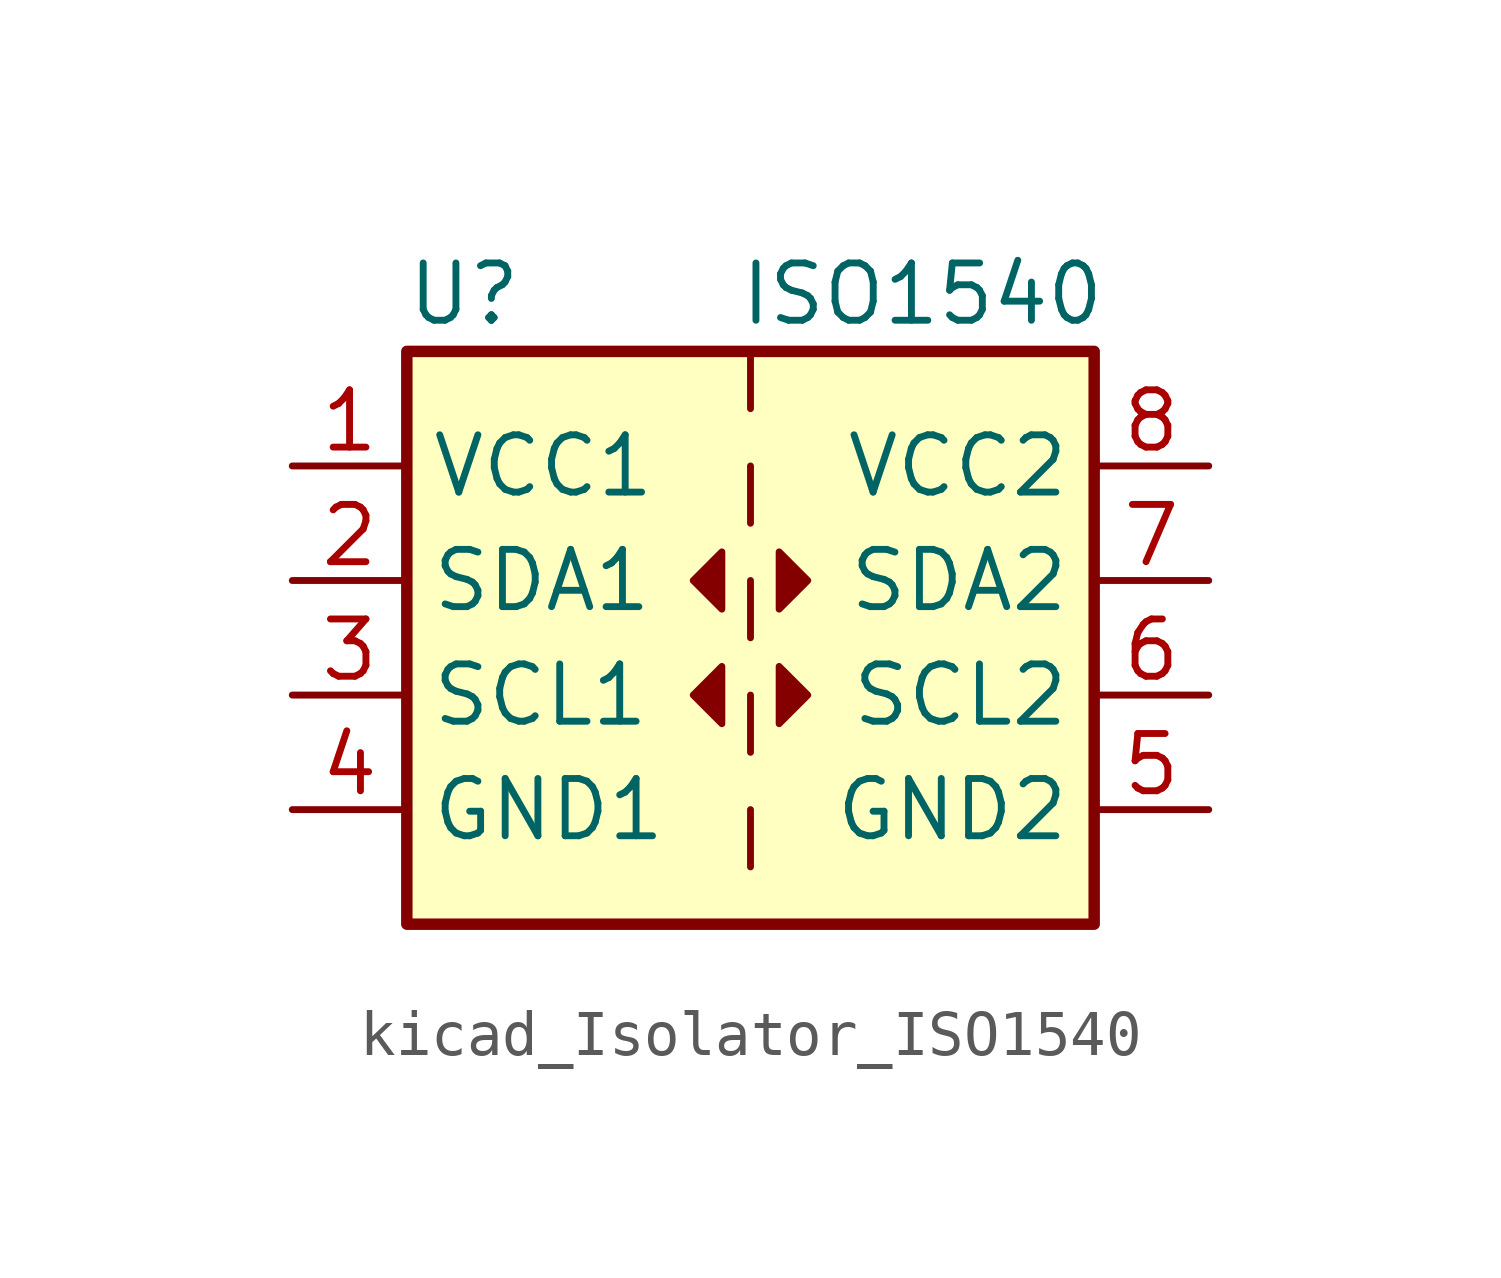
<source format=kicad_sym>
(kicad_symbol_lib
  (version 20220914)
  (generator kicad_symbol_editor)
  (symbol "kicad_Isolator_ISO1540"
    (property "Reference" "U"
      (at -6.35 6.35 0)
      (effects (font (size 1.27 1.27))))
    (property "Value" "ISO1540"
      (at 3.81 6.35 0)
      (effects (font (size 1.27 1.27))))
    (symbol "kicad_Isolator_ISO1540_0_1"
      (rectangle (start -7.62 5.08) (end 7.62 -7.62) (stroke (width 0.254) (type default)) (fill (type background)))
      (rectangle (start 0 -5.08) (end 0 -6.35) (stroke (width 0) (type default)) (fill (type none)))
      (polyline (pts (xy 0 -2.54) (xy 0 -3.81)) (stroke (width 0) (type default)) (fill (type none)))
      (polyline (pts (xy 0 0) (xy 0 -1.27)) (stroke (width 0) (type default)) (fill (type none)))
      (polyline (pts (xy 0 2.54) (xy 0 1.27)) (stroke (width 0) (type default)) (fill (type none)))
      (polyline (pts (xy 0 5.08) (xy 0 3.81)) (stroke (width 0) (type default)) (fill (type none)))
      (polyline (pts (xy -0.635 0.635) (xy -1.27 0) (xy -0.635 -0.635) (xy -0.635 0.635)) (stroke (width 0) (type default)) (fill (type outline)))
      (polyline (pts (xy 0.635 -1.905) (xy 1.27 -2.54) (xy 0.635 -3.175) (xy 0.635 -1.905)) (stroke (width 0) (type default)) (fill (type outline)))
      (polyline (pts (xy 0.635 0.635) (xy 1.27 0) (xy 0.635 -0.635) (xy 0.635 0.635)) (stroke (width 0) (type default)) (fill (type outline))))
    (symbol "kicad_Isolator_ISO1540_1_1"
      (polyline (pts (xy -0.635 -1.905) (xy -1.27 -2.54) (xy -0.635 -3.175) (xy -0.635 -1.905)) (stroke (width 0) (type default)) (fill (type outline)))
      (pin power_in line (at -10.16 2.54 0) (length 2.54) (name "VCC1" (effects (font (size 1.27 1.27)))) (number "1" (effects (font (size 1.27 1.27)))))
      (pin bidirectional line (at -10.16 0 0) (length 2.54) (name "SDA1" (effects (font (size 1.27 1.27)))) (number "2" (effects (font (size 1.27 1.27)))))
      (pin bidirectional line (at -10.16 -2.54 0) (length 2.54) (name "SCL1" (effects (font (size 1.27 1.27)))) (number "3" (effects (font (size 1.27 1.27)))))
      (pin power_in line (at -10.16 -5.08 0) (length 2.54) (name "GND1" (effects (font (size 1.27 1.27)))) (number "4" (effects (font (size 1.27 1.27)))))
      (pin power_in line (at 10.16 -5.08 180) (length 2.54) (name "GND2" (effects (font (size 1.27 1.27)))) (number "5" (effects (font (size 1.27 1.27)))))
      (pin bidirectional line (at 10.16 -2.54 180) (length 2.54) (name "SCL2" (effects (font (size 1.27 1.27)))) (number "6" (effects (font (size 1.27 1.27)))))
      (pin bidirectional line (at 10.16 0 180) (length 2.54) (name "SDA2" (effects (font (size 1.27 1.27)))) (number "7" (effects (font (size 1.27 1.27)))))
      (pin power_in line (at 10.16 2.54 180) (length 2.54) (name "VCC2" (effects (font (size 1.27 1.27)))) (number "8" (effects (font (size 1.27 1.27))))))))
</source>
